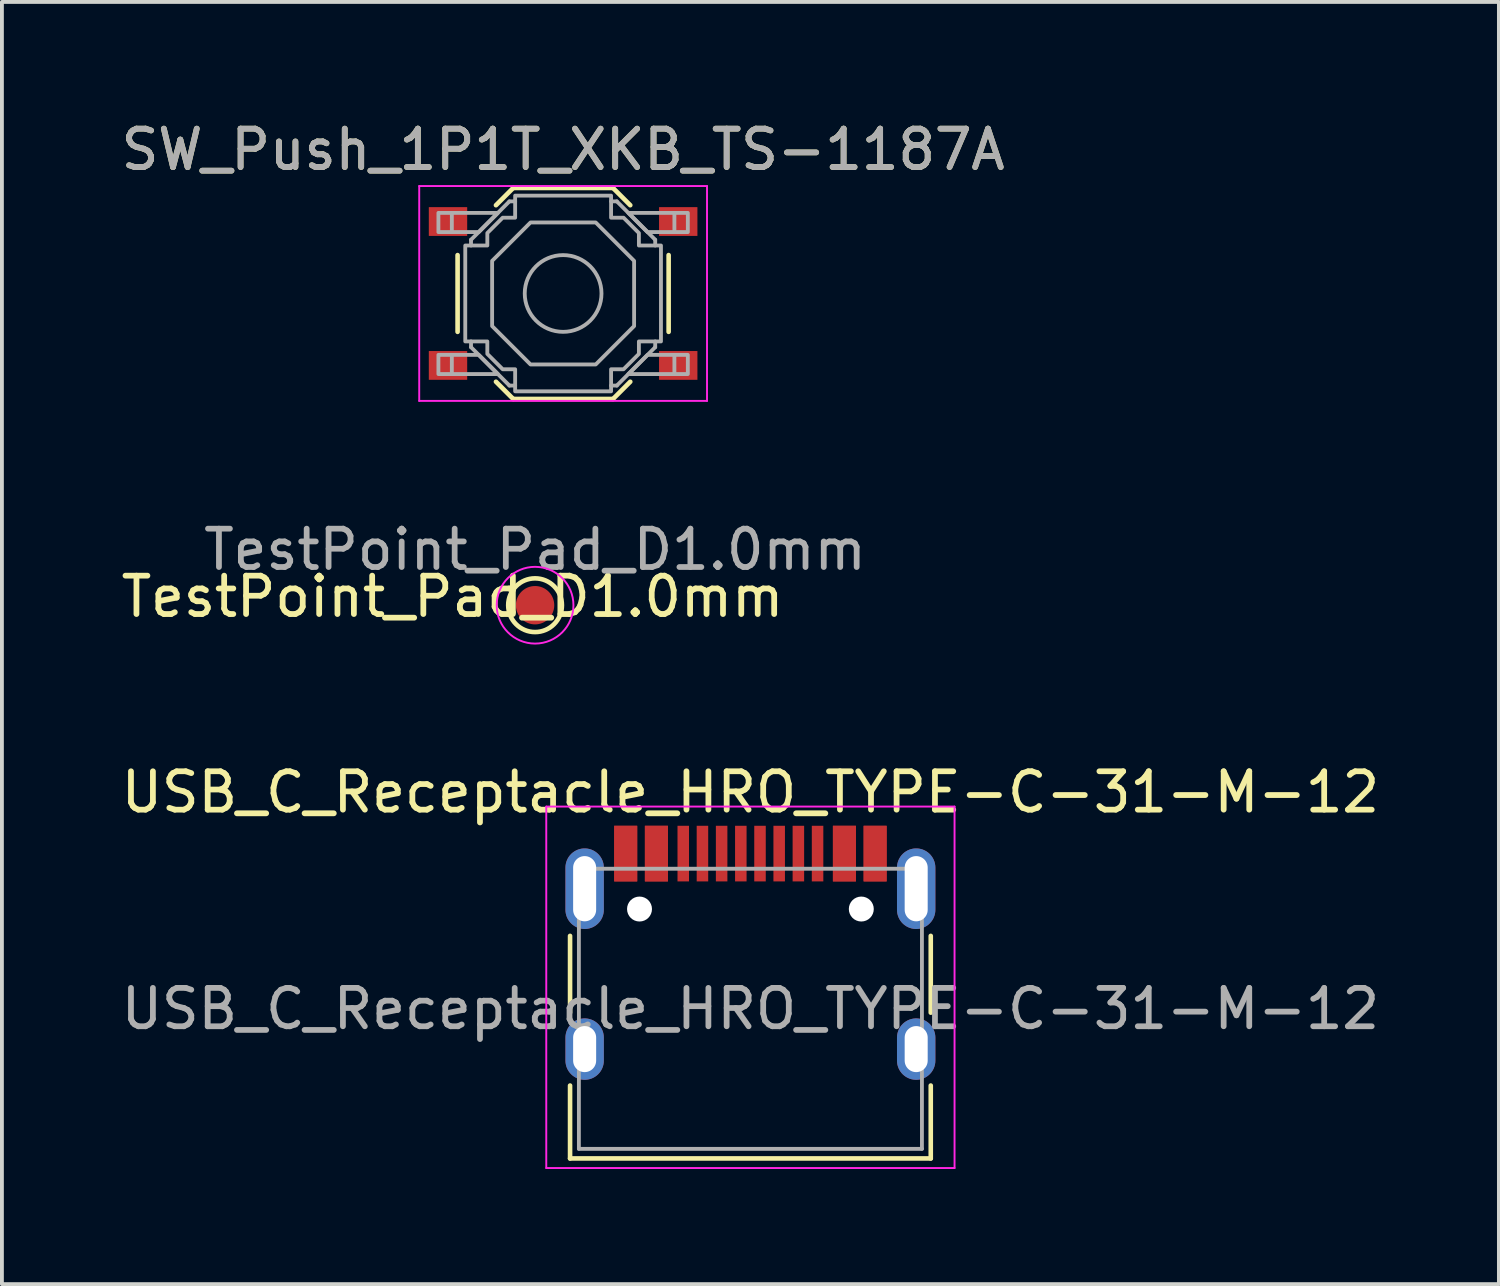
<source format=kicad_pcb>
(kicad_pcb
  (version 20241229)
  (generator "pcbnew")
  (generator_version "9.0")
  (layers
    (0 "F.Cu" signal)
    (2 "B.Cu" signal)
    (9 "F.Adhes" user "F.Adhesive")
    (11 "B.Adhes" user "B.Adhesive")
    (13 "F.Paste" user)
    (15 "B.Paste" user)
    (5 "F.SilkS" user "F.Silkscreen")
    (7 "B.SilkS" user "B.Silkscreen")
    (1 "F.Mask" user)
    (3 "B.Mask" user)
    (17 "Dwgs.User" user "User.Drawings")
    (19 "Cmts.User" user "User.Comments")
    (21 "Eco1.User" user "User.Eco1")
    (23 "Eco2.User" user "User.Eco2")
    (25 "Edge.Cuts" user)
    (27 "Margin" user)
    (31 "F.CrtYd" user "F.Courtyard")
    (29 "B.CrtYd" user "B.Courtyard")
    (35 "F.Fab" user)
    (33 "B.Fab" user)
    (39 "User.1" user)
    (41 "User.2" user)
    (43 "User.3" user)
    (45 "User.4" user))
  (footprint "USB_C_Receptacle_HRO_TYPE-C-31-M-12"
    (layer "F.Cu")
    (at 16.506 23.24)
    (property "Reference" "USB_C_Receptacle_HRO_TYPE-C-31-M-12" (at 0 -5.645 0) (layer "F.SilkS") (effects (font (size 1 1) (thickness 0.15))))
    (attr smd)
    (fp_line (start -4.7 -1.9) (end -4.7 0.1) (stroke (width 0.12) (type solid)) (layer "F.SilkS"))
    (fp_line (start -4.7 2) (end -4.7 3.9) (stroke (width 0.12) (type solid)) (layer "F.SilkS"))
    (fp_line (start -4.7 3.9) (end 4.7 3.9) (stroke (width 0.12) (type solid)) (layer "F.SilkS"))
    (fp_line (start 4.7 -1.9) (end 4.7 0.1) (stroke (width 0.12) (type solid)) (layer "F.SilkS"))
    (fp_line (start 4.7 2) (end 4.7 3.9) (stroke (width 0.12) (type solid)) (layer "F.SilkS"))
    (fp_line (start -5.32 -5.27) (end -5.32 4.15) (stroke (width 0.05) (type solid)) (layer "F.CrtYd"))
    (fp_line (start -5.32 -5.27) (end 5.32 -5.27) (stroke (width 0.05) (type solid)) (layer "F.CrtYd"))
    (fp_line (start -5.32 4.15) (end 5.32 4.15) (stroke (width 0.05) (type solid)) (layer "F.CrtYd"))
    (fp_line (start 5.32 -5.27) (end 5.32 4.15) (stroke (width 0.05) (type solid)) (layer "F.CrtYd"))
    (fp_line (start -4.47 -3.65) (end -4.47 3.65) (stroke (width 0.1) (type solid)) (layer "F.Fab"))
    (fp_line (start -4.47 -3.65) (end 4.47 -3.65) (stroke (width 0.1) (type solid)) (layer "F.Fab"))
    (fp_line (start -4.47 3.65) (end 4.47 3.65) (stroke (width 0.1) (type solid)) (layer "F.Fab"))
    (fp_line (start 4.47 -3.65) (end 4.47 3.65) (stroke (width 0.1) (type solid)) (layer "F.Fab"))
    (fp_text user "${REFERENCE}" (at 0 0 0) (layer "F.Fab") (effects (font (size 1 1) (thickness 0.15))))
    (pad "" np_thru_hole circle (at -2.89 -2.6) (size 0.65 0.65) (drill 0.65) (layers "*.Cu" "*.Mask"))
    (pad "" np_thru_hole circle (at 2.89 -2.6) (size 0.65 0.65) (drill 0.65) (layers "*.Cu" "*.Mask"))
    (pad "A1" smd rect (at -3.25 -4.045) (size 0.6 1.45) (layers "F.Cu" "F.Mask" "F.Paste"))
    (pad "A4" smd rect (at -2.45 -4.045) (size 0.6 1.45) (layers "F.Cu" "F.Mask" "F.Paste"))
    (pad "A5" smd rect (at -1.25 -4.045) (size 0.3 1.45) (layers "F.Cu" "F.Mask" "F.Paste"))
    (pad "A6" smd rect (at -0.25 -4.045) (size 0.3 1.45) (layers "F.Cu" "F.Mask" "F.Paste"))
    (pad "A7" smd rect (at 0.25 -4.045) (size 0.3 1.45) (layers "F.Cu" "F.Mask" "F.Paste"))
    (pad "A8" smd rect (at 1.25 -4.045) (size 0.3 1.45) (layers "F.Cu" "F.Mask" "F.Paste"))
    (pad "A9" smd rect (at 2.45 -4.045) (size 0.6 1.45) (layers "F.Cu" "F.Mask" "F.Paste"))
    (pad "A12" smd rect (at 3.25 -4.045) (size 0.6 1.45) (layers "F.Cu" "F.Mask" "F.Paste"))
    (pad "B1" smd rect (at 3.25 -4.045) (size 0.6 1.45) (layers "F.Cu" "F.Mask" "F.Paste"))
    (pad "B4" smd rect (at 2.45 -4.045) (size 0.6 1.45) (layers "F.Cu" "F.Mask" "F.Paste"))
    (pad "B5" smd rect (at 1.75 -4.045) (size 0.3 1.45) (layers "F.Cu" "F.Mask" "F.Paste"))
    (pad "B6" smd rect (at 0.75 -4.045) (size 0.3 1.45) (layers "F.Cu" "F.Mask" "F.Paste"))
    (pad "B7" smd rect (at -0.75 -4.045) (size 0.3 1.45) (layers "F.Cu" "F.Mask" "F.Paste"))
    (pad "B8" smd rect (at -1.75 -4.045) (size 0.3 1.45) (layers "F.Cu" "F.Mask" "F.Paste"))
    (pad "B9" smd rect (at -2.45 -4.045) (size 0.6 1.45) (layers "F.Cu" "F.Mask" "F.Paste"))
    (pad "B12" smd rect (at -3.25 -4.045) (size 0.6 1.45) (layers "F.Cu" "F.Mask" "F.Paste"))
    (pad "S1" thru_hole oval (at -4.32 -3.13) (size 1 2.1) (drill oval 0.6 1.7) (property pad_prop_heatsink) (layers "*.Cu" "*.Mask"))
    (pad "S1" thru_hole oval (at -4.32 1.05) (size 1 1.6) (drill oval 0.6 1.2) (property pad_prop_heatsink) (layers "*.Cu" "*.Mask"))
    (pad "S1" thru_hole oval (at 4.32 -3.13) (size 1 2.1) (drill oval 0.6 1.7) (property pad_prop_heatsink) (layers "*.Cu" "*.Mask"))
    (pad "S1" thru_hole oval (at 4.32 1.05) (size 1 1.6) (drill oval 0.6 1.2) (property pad_prop_heatsink) (layers "*.Cu" "*.Mask")))
  (footprint "SW_Push_1P1T_XKB_TS-1187A"
    (layer "F.Cu")
    (at 11.625 4.598)
    (property "Reference" "SW_Push_1P1T_XKB_TS-1187A" (at 0 -3.75 180) (layer "F.SilkS") (effects (font (size 1 1) (thickness 0.15))))
    (attr smd)
    (fp_line (start -2.75 -1) (end -2.75 1) (stroke (width 0.12) (type solid)) (layer "F.SilkS"))
    (fp_line (start -1.75 -2.3) (end -1.3 -2.75) (stroke (width 0.12) (type solid)) (layer "F.SilkS"))
    (fp_line (start -1.75 2.3) (end -1.3 2.75) (stroke (width 0.12) (type solid)) (layer "F.SilkS"))
    (fp_line (start -1.3 -2.75) (end 1.3 -2.75) (stroke (width 0.12) (type solid)) (layer "F.SilkS"))
    (fp_line (start -1.3 2.75) (end 1.3 2.75) (stroke (width 0.12) (type solid)) (layer "F.SilkS"))
    (fp_line (start 1.75 -2.3) (end 1.3 -2.75) (stroke (width 0.12) (type solid)) (layer "F.SilkS"))
    (fp_line (start 1.75 2.3) (end 1.3 2.75) (stroke (width 0.12) (type solid)) (layer "F.SilkS"))
    (fp_line (start 2.75 -1) (end 2.75 1) (stroke (width 0.12) (type solid)) (layer "F.SilkS"))
    (fp_line (start -3.75 -2.8) (end 3.75 -2.8) (stroke (width 0.05) (type solid)) (layer "F.CrtYd"))
    (fp_line (start -3.75 2.8) (end -3.75 -2.8) (stroke (width 0.05) (type solid)) (layer "F.CrtYd"))
    (fp_line (start 3.75 -2.8) (end 3.75 2.8) (stroke (width 0.05) (type solid)) (layer "F.CrtYd"))
    (fp_line (start 3.75 2.8) (end -3.75 2.8) (stroke (width 0.05) (type solid)) (layer "F.CrtYd"))
    (fp_line (start -2.9 -2.1) (end -2.9 -1.6) (stroke (width 0.1) (type solid)) (layer "F.Fab"))
    (fp_line (start -2.9 2.1) (end -2.9 1.6) (stroke (width 0.1) (type solid)) (layer "F.Fab"))
    (fp_line (start -2.4 -1.4) (end -1.4 -2.4) (stroke (width 0.1) (type solid)) (layer "F.Fab"))
    (fp_line (start -2.4 -1.25) (end -2.4 -1.4) (stroke (width 0.1) (type solid)) (layer "F.Fab"))
    (fp_line (start -2.4 1.4) (end -2.4 1.25) (stroke (width 0.1) (type solid)) (layer "F.Fab"))
    (fp_line (start -1.4 -2.4) (end -1.25 -2.4) (stroke (width 0.1) (type solid)) (layer "F.Fab"))
    (fp_line (start -1.4 2.4) (end -2.4 1.4) (stroke (width 0.1) (type solid)) (layer "F.Fab"))
    (fp_line (start -1.25 2.4) (end -1.4 2.4) (stroke (width 0.1) (type solid)) (layer "F.Fab"))
    (fp_line (start 1.25 -2.4) (end 1.4 -2.4) (stroke (width 0.1) (type solid)) (layer "F.Fab"))
    (fp_line (start 1.4 -2.4) (end 2.4 -1.4) (stroke (width 0.1) (type solid)) (layer "F.Fab"))
    (fp_line (start 1.4 2.4) (end 1.25 2.4) (stroke (width 0.1) (type solid)) (layer "F.Fab"))
    (fp_line (start 2.4 -1.4) (end 2.4 -1.25) (stroke (width 0.1) (type solid)) (layer "F.Fab"))
    (fp_line (start 2.4 1.25) (end 2.4 1.4) (stroke (width 0.1) (type solid)) (layer "F.Fab"))
    (fp_line (start 2.4 1.4) (end 1.4 2.4) (stroke (width 0.1) (type solid)) (layer "F.Fab"))
    (fp_line (start 2.9 -2.1) (end 2.9 -1.6) (stroke (width 0.1) (type solid)) (layer "F.Fab"))
    (fp_line (start 2.9 2.1) (end 2.9 1.6) (stroke (width 0.1) (type solid)) (layer "F.Fab"))
    (fp_circle (center 0 0) (end 1 0) (stroke (width 0.1) (type solid)) (fill no) (layer "F.Fab"))
    (fp_poly (pts (xy -1.7 -2.1) (xy -2.2 -1.6) (xy -3.25 -1.6) (xy -3.25 -2.1)) (stroke (width 0.1) (type solid)) (fill no) (layer "F.Fab"))
    (fp_poly (pts (xy -1.7 2.1) (xy -2.2 1.6) (xy -3.25 1.6) (xy -3.25 2.1)) (stroke (width 0.1) (type solid)) (fill no) (layer "F.Fab"))
    (fp_poly (pts (xy 1.7 -2.1) (xy 2.2 -1.6) (xy 3.25 -1.6) (xy 3.25 -2.1)) (stroke (width 0.1) (type solid)) (fill no) (layer "F.Fab"))
    (fp_poly (pts (xy 1.7 2.1) (xy 2.2 1.6) (xy 3.25 1.6) (xy 3.25 2.1)) (stroke (width 0.1) (type solid)) (fill no) (layer "F.Fab"))
    (fp_poly (pts (xy 0.85 -1.85) (xy 1.85 -0.85) (xy 1.85 0.85) (xy 0.85 1.85) (xy -0.85 1.85) (xy -1.85 0.85) (xy -1.85 -0.85) (xy -0.85 -1.85)) (stroke (width 0.1) (type solid)) (fill no) (layer "F.Fab"))
    (fp_poly (pts (xy -1.25 -2.55) (xy 1.25 -2.55) (xy 1.25 -1.975) (xy 1.575 -1.975) (xy 1.975 -1.575) (xy 1.975 -1.25) (xy 2.55 -1.25) (xy 2.55 1.25) (xy 1.975 1.25) (xy 1.975 1.575) (xy 1.575 1.975) (xy 1.25 1.975) (xy 1.25 2.55) (xy -1.25 2.55) (xy -1.25 1.975) (xy -1.575 1.975) (xy -1.975 1.575) (xy -1.975 1.25) (xy -2.55 1.25) (xy -2.55 -1.25) (xy -1.975 -1.25) (xy -1.975 -1.575) (xy -1.575 -1.975) (xy -1.25 -1.975)) (stroke (width 0.1) (type solid)) (fill no) (layer "F.Fab"))
    (fp_text user "${REFERENCE}" (at 0 -3.75 180) (layer "F.Fab") (effects (font (size 1 1) (thickness 0.15))))
    (pad "1" smd rect (at -3 -1.875) (size 1 0.75) (layers "F.Cu" "F.Mask" "F.Paste"))
    (pad "1" smd rect (at 3 -1.875) (size 1 0.75) (layers "F.Cu" "F.Mask" "F.Paste"))
    (pad "2" smd rect (at -3 1.875) (size 1 0.75) (layers "F.Cu" "F.Mask" "F.Paste"))
    (pad "2" smd rect (at 3 1.875) (size 1 0.75) (layers "F.Cu" "F.Mask" "F.Paste")))
  (footprint "TestPoint_Pad_D1.0mm"
    (layer "F.Cu")
    (at 10.894 12.722)
    (property "Reference" "TestPoint_Pad_D1.0mm" (at -2.15 -0.225 0) (layer "F.SilkS") (effects (font (size 1 1) (thickness 0.15))))
    (attr exclude_from_pos_files exclude_from_bom)
    (fp_circle (center 0 0) (end 0 0.7) (stroke (width 0.12) (type solid)) (fill no) (layer "F.SilkS"))
    (fp_circle (center 0 0) (end 1 0) (stroke (width 0.05) (type solid)) (fill no) (layer "F.CrtYd"))
    (fp_text user "${REFERENCE}" (at 0 -1.45 0) (layer "F.Fab") (effects (font (size 1 1) (thickness 0.15))))
    (pad "1" smd circle (at 0 0) (size 1 1) (layers "F.Cu" "F.Mask")))
  (gr_rect
    (start -3 -3)
    (end 36.012 30.415)
    (stroke (width 0.1) (type default))
    (fill no)
    (layer "Edge.Cuts")))
</source>
